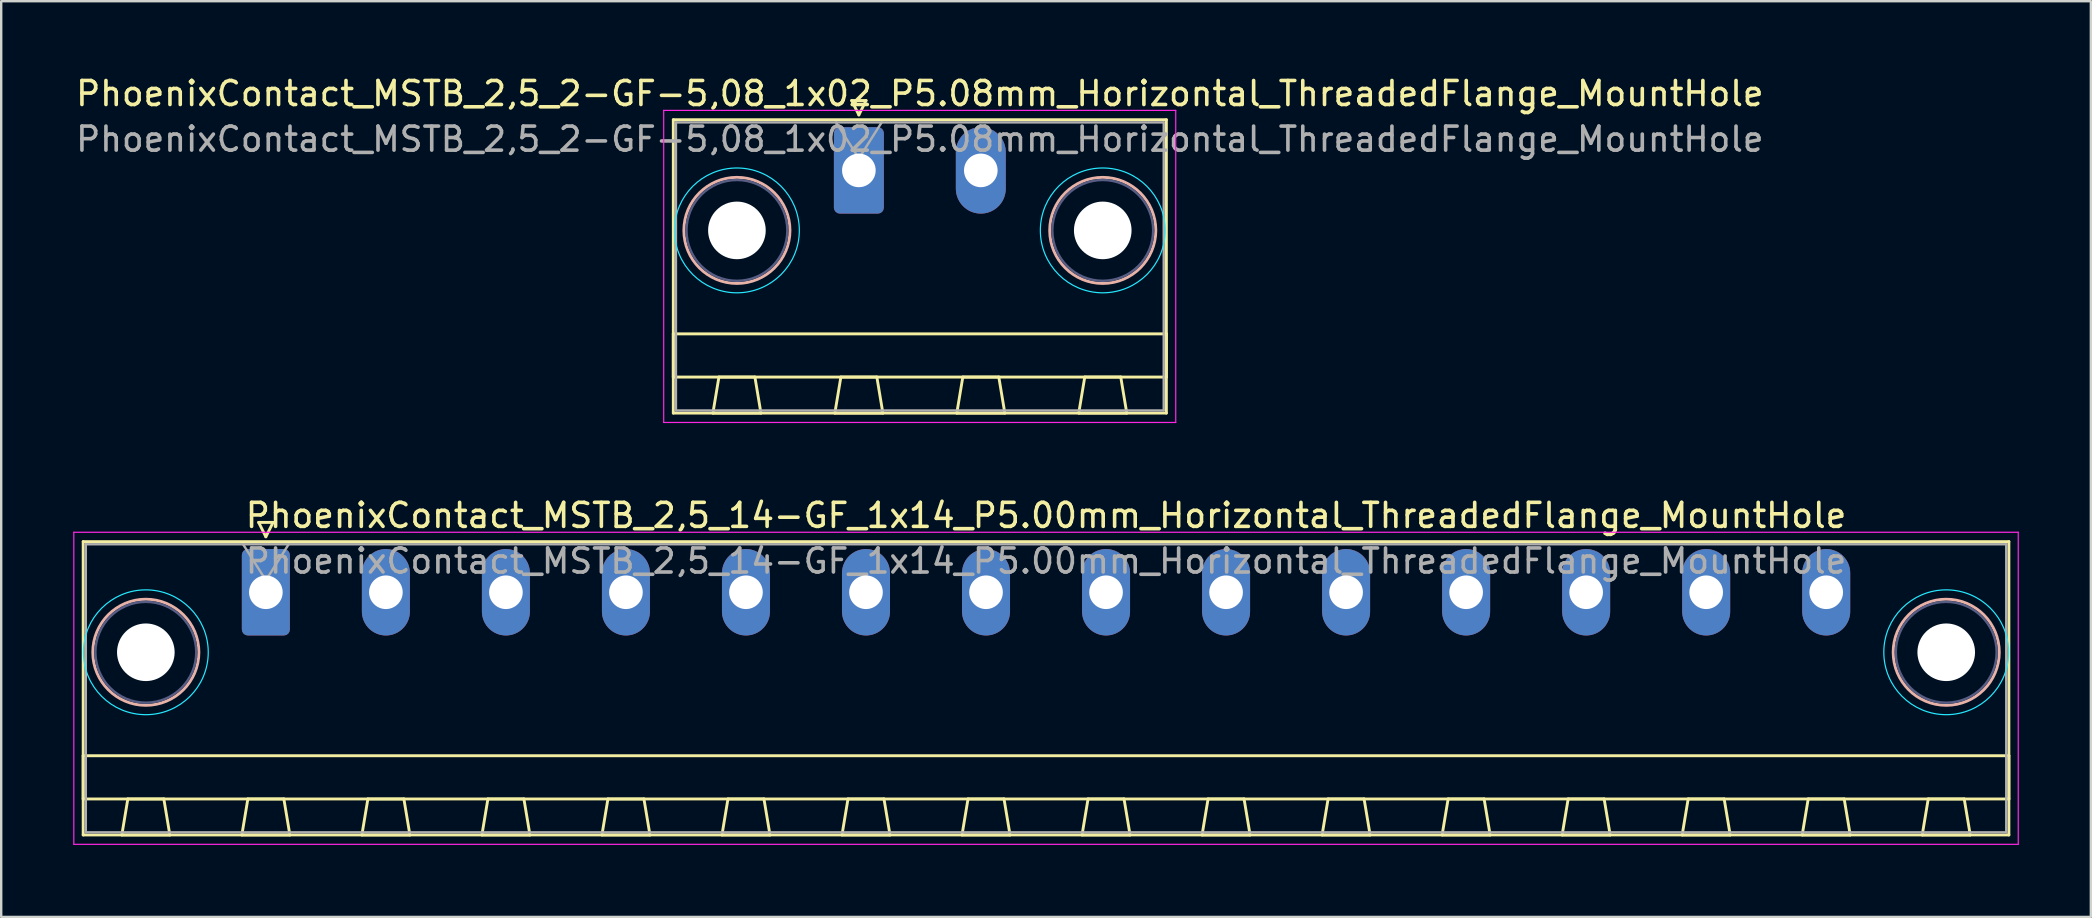
<source format=kicad_pcb>
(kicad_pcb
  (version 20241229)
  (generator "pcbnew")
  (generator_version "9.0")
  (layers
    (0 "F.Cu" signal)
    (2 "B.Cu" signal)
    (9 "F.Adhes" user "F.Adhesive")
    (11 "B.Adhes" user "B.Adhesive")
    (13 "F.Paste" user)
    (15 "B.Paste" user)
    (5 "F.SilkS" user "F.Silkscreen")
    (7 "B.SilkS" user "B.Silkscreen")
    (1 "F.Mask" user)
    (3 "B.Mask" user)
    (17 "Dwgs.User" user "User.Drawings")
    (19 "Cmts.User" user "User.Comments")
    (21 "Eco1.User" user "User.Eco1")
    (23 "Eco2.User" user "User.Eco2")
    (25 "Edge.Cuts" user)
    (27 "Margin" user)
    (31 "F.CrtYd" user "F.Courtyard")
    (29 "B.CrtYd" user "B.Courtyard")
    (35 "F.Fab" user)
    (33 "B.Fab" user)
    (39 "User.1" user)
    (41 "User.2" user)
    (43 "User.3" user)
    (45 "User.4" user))
  (footprint "PhoenixContact_MSTB_2,5_2-GF-5,08_1x02_P5.08mm_Horizontal_ThreadedFlange_MountHole"
    (layer "F.Cu")
    (at 32.728 4.048)
    (property "Reference" "PhoenixContact_MSTB_2,5_2-GF-5,08_1x02_P5.08mm_Horizontal_ThreadedFlange_MountHole" (at 2.54 -3.2 0) (layer "F.SilkS") (effects (font (size 1 1) (thickness 0.15))))
    (attr through_hole)
    (fp_line (start -7.73 -2.11) (end -7.73 10.11) (stroke (width 0.12) (type solid)) (layer "F.SilkS"))
    (fp_line (start -7.73 6.81) (end 12.81 6.81) (stroke (width 0.12) (type solid)) (layer "F.SilkS"))
    (fp_line (start -7.73 8.61) (end -7.73 6.81) (stroke (width 0.12) (type solid)) (layer "F.SilkS"))
    (fp_line (start -7.73 10.11) (end 12.81 10.11) (stroke (width 0.12) (type solid)) (layer "F.SilkS"))
    (fp_line (start -6.08 10.11) (end -4.08 10.11) (stroke (width 0.12) (type solid)) (layer "F.SilkS"))
    (fp_line (start -5.83 8.61) (end -6.08 10.11) (stroke (width 0.12) (type solid)) (layer "F.SilkS"))
    (fp_line (start -4.33 8.61) (end -5.83 8.61) (stroke (width 0.12) (type solid)) (layer "F.SilkS"))
    (fp_line (start -4.08 10.11) (end -4.33 8.61) (stroke (width 0.12) (type solid)) (layer "F.SilkS"))
    (fp_line (start -1 10.11) (end 1 10.11) (stroke (width 0.12) (type solid)) (layer "F.SilkS"))
    (fp_line (start -0.75 8.61) (end -1 10.11) (stroke (width 0.12) (type solid)) (layer "F.SilkS"))
    (fp_line (start -0.3 -2.91) (end 0.3 -2.91) (stroke (width 0.12) (type solid)) (layer "F.SilkS"))
    (fp_line (start 0 -2.31) (end -0.3 -2.91) (stroke (width 0.12) (type solid)) (layer "F.SilkS"))
    (fp_line (start 0.3 -2.91) (end 0 -2.31) (stroke (width 0.12) (type solid)) (layer "F.SilkS"))
    (fp_line (start 0.75 8.61) (end -0.75 8.61) (stroke (width 0.12) (type solid)) (layer "F.SilkS"))
    (fp_line (start 1 10.11) (end 0.75 8.61) (stroke (width 0.12) (type solid)) (layer "F.SilkS"))
    (fp_line (start 4.08 10.11) (end 6.08 10.11) (stroke (width 0.12) (type solid)) (layer "F.SilkS"))
    (fp_line (start 4.33 8.61) (end 4.08 10.11) (stroke (width 0.12) (type solid)) (layer "F.SilkS"))
    (fp_line (start 5.83 8.61) (end 4.33 8.61) (stroke (width 0.12) (type solid)) (layer "F.SilkS"))
    (fp_line (start 6.08 10.11) (end 5.83 8.61) (stroke (width 0.12) (type solid)) (layer "F.SilkS"))
    (fp_line (start 9.16 10.11) (end 11.16 10.11) (stroke (width 0.12) (type solid)) (layer "F.SilkS"))
    (fp_line (start 9.41 8.61) (end 9.16 10.11) (stroke (width 0.12) (type solid)) (layer "F.SilkS"))
    (fp_line (start 10.91 8.61) (end 9.41 8.61) (stroke (width 0.12) (type solid)) (layer "F.SilkS"))
    (fp_line (start 11.16 10.11) (end 10.91 8.61) (stroke (width 0.12) (type solid)) (layer "F.SilkS"))
    (fp_line (start 12.81 -2.11) (end -7.73 -2.11) (stroke (width 0.12) (type solid)) (layer "F.SilkS"))
    (fp_line (start 12.81 6.81) (end 12.81 8.61) (stroke (width 0.12) (type solid)) (layer "F.SilkS"))
    (fp_line (start 12.81 8.61) (end -7.73 8.61) (stroke (width 0.12) (type solid)) (layer "F.SilkS"))
    (fp_line (start 12.81 10.11) (end 12.81 -2.11) (stroke (width 0.12) (type solid)) (layer "F.SilkS"))
    (fp_circle (center -5.08 2.5) (end -2.87 2.5) (stroke (width 0.12) (type solid)) (fill no) (layer "B.SilkS"))
    (fp_circle (center 10.16 2.5) (end 12.37 2.5) (stroke (width 0.12) (type solid)) (fill no) (layer "B.SilkS"))
    (fp_circle (center -5.08 2.5) (end -2.48 2.5) (stroke (width 0.05) (type solid)) (fill no) (layer "B.CrtYd"))
    (fp_circle (center 10.16 2.5) (end 12.76 2.5) (stroke (width 0.05) (type solid)) (fill no) (layer "B.CrtYd"))
    (fp_line (start -8.13 -2.5) (end -8.13 10.5) (stroke (width 0.05) (type solid)) (layer "F.CrtYd"))
    (fp_line (start -8.13 10.5) (end 13.2 10.5) (stroke (width 0.05) (type solid)) (layer "F.CrtYd"))
    (fp_line (start 13.2 -2.5) (end -8.13 -2.5) (stroke (width 0.05) (type solid)) (layer "F.CrtYd"))
    (fp_line (start 13.2 10.5) (end 13.2 -2.5) (stroke (width 0.05) (type solid)) (layer "F.CrtYd"))
    (fp_circle (center -5.08 2.5) (end -2.98 2.5) (stroke (width 0.1) (type solid)) (fill no) (layer "B.Fab"))
    (fp_circle (center 10.16 2.5) (end 12.26 2.5) (stroke (width 0.1) (type solid)) (fill no) (layer "B.Fab"))
    (fp_line (start -7.62 -2) (end -7.62 10) (stroke (width 0.1) (type solid)) (layer "F.Fab"))
    (fp_line (start -7.62 10) (end 12.7 10) (stroke (width 0.1) (type solid)) (layer "F.Fab"))
    (fp_line (start 0 -0.5) (end -0.95 -2) (stroke (width 0.1) (type solid)) (layer "F.Fab"))
    (fp_line (start 0.95 -2) (end 0 -0.5) (stroke (width 0.1) (type solid)) (layer "F.Fab"))
    (fp_line (start 12.7 -2) (end -7.62 -2) (stroke (width 0.1) (type solid)) (layer "F.Fab"))
    (fp_line (start 12.7 10) (end 12.7 -2) (stroke (width 0.1) (type solid)) (layer "F.Fab"))
    (fp_text user "${REFERENCE}" (at 2.54 -1.3 0) (layer "F.Fab") (effects (font (size 1 1) (thickness 0.15))))
    (pad "" np_thru_hole circle (at -5.08 2.5) (size 2.4 2.4) (drill 2.4) (layers "*.Cu" "*.Mask"))
    (pad "" np_thru_hole circle (at 10.16 2.5) (size 2.4 2.4) (drill 2.4) (layers "*.Cu" "*.Mask"))
    (pad "1" thru_hole roundrect (at 0 0) (size 2.08 3.6) (drill 1.4) (layers "*.Cu" "*.Mask") (roundrect_rratio 0.12))
    (pad "2" thru_hole oval (at 5.08 0) (size 2.08 3.6) (drill 1.4) (layers "*.Cu" "*.Mask")))
  (footprint "PhoenixContact_MSTB_2,5_14-GF_1x14_P5.00mm_Horizontal_ThreadedFlange_MountHole"
    (layer "F.Cu")
    (at 8.025 21.622)
    (property "Reference" "PhoenixContact_MSTB_2,5_14-GF_1x14_P5.00mm_Horizontal_ThreadedFlange_MountHole" (at 32.5 -3.2 0) (layer "F.SilkS") (effects (font (size 1 1) (thickness 0.15))))
    (attr through_hole)
    (fp_line (start -7.61 -2.11) (end -7.61 10.11) (stroke (width 0.12) (type solid)) (layer "F.SilkS"))
    (fp_line (start -7.61 6.81) (end 72.61 6.81) (stroke (width 0.12) (type solid)) (layer "F.SilkS"))
    (fp_line (start -7.61 8.61) (end -7.61 6.81) (stroke (width 0.12) (type solid)) (layer "F.SilkS"))
    (fp_line (start -7.61 10.11) (end 72.61 10.11) (stroke (width 0.12) (type solid)) (layer "F.SilkS"))
    (fp_line (start -6 10.11) (end -4 10.11) (stroke (width 0.12) (type solid)) (layer "F.SilkS"))
    (fp_line (start -5.75 8.61) (end -6 10.11) (stroke (width 0.12) (type solid)) (layer "F.SilkS"))
    (fp_line (start -4.25 8.61) (end -5.75 8.61) (stroke (width 0.12) (type solid)) (layer "F.SilkS"))
    (fp_line (start -4 10.11) (end -4.25 8.61) (stroke (width 0.12) (type solid)) (layer "F.SilkS"))
    (fp_line (start -1 10.11) (end 1 10.11) (stroke (width 0.12) (type solid)) (layer "F.SilkS"))
    (fp_line (start -0.75 8.61) (end -1 10.11) (stroke (width 0.12) (type solid)) (layer "F.SilkS"))
    (fp_line (start -0.3 -2.91) (end 0.3 -2.91) (stroke (width 0.12) (type solid)) (layer "F.SilkS"))
    (fp_line (start 0 -2.31) (end -0.3 -2.91) (stroke (width 0.12) (type solid)) (layer "F.SilkS"))
    (fp_line (start 0.3 -2.91) (end 0 -2.31) (stroke (width 0.12) (type solid)) (layer "F.SilkS"))
    (fp_line (start 0.75 8.61) (end -0.75 8.61) (stroke (width 0.12) (type solid)) (layer "F.SilkS"))
    (fp_line (start 1 10.11) (end 0.75 8.61) (stroke (width 0.12) (type solid)) (layer "F.SilkS"))
    (fp_line (start 4 10.11) (end 6 10.11) (stroke (width 0.12) (type solid)) (layer "F.SilkS"))
    (fp_line (start 4.25 8.61) (end 4 10.11) (stroke (width 0.12) (type solid)) (layer "F.SilkS"))
    (fp_line (start 5.75 8.61) (end 4.25 8.61) (stroke (width 0.12) (type solid)) (layer "F.SilkS"))
    (fp_line (start 6 10.11) (end 5.75 8.61) (stroke (width 0.12) (type solid)) (layer "F.SilkS"))
    (fp_line (start 9 10.11) (end 11 10.11) (stroke (width 0.12) (type solid)) (layer "F.SilkS"))
    (fp_line (start 9.25 8.61) (end 9 10.11) (stroke (width 0.12) (type solid)) (layer "F.SilkS"))
    (fp_line (start 10.75 8.61) (end 9.25 8.61) (stroke (width 0.12) (type solid)) (layer "F.SilkS"))
    (fp_line (start 11 10.11) (end 10.75 8.61) (stroke (width 0.12) (type solid)) (layer "F.SilkS"))
    (fp_line (start 14 10.11) (end 16 10.11) (stroke (width 0.12) (type solid)) (layer "F.SilkS"))
    (fp_line (start 14.25 8.61) (end 14 10.11) (stroke (width 0.12) (type solid)) (layer "F.SilkS"))
    (fp_line (start 15.75 8.61) (end 14.25 8.61) (stroke (width 0.12) (type solid)) (layer "F.SilkS"))
    (fp_line (start 16 10.11) (end 15.75 8.61) (stroke (width 0.12) (type solid)) (layer "F.SilkS"))
    (fp_line (start 19 10.11) (end 21 10.11) (stroke (width 0.12) (type solid)) (layer "F.SilkS"))
    (fp_line (start 19.25 8.61) (end 19 10.11) (stroke (width 0.12) (type solid)) (layer "F.SilkS"))
    (fp_line (start 20.75 8.61) (end 19.25 8.61) (stroke (width 0.12) (type solid)) (layer "F.SilkS"))
    (fp_line (start 21 10.11) (end 20.75 8.61) (stroke (width 0.12) (type solid)) (layer "F.SilkS"))
    (fp_line (start 24 10.11) (end 26 10.11) (stroke (width 0.12) (type solid)) (layer "F.SilkS"))
    (fp_line (start 24.25 8.61) (end 24 10.11) (stroke (width 0.12) (type solid)) (layer "F.SilkS"))
    (fp_line (start 25.75 8.61) (end 24.25 8.61) (stroke (width 0.12) (type solid)) (layer "F.SilkS"))
    (fp_line (start 26 10.11) (end 25.75 8.61) (stroke (width 0.12) (type solid)) (layer "F.SilkS"))
    (fp_line (start 29 10.11) (end 31 10.11) (stroke (width 0.12) (type solid)) (layer "F.SilkS"))
    (fp_line (start 29.25 8.61) (end 29 10.11) (stroke (width 0.12) (type solid)) (layer "F.SilkS"))
    (fp_line (start 30.75 8.61) (end 29.25 8.61) (stroke (width 0.12) (type solid)) (layer "F.SilkS"))
    (fp_line (start 31 10.11) (end 30.75 8.61) (stroke (width 0.12) (type solid)) (layer "F.SilkS"))
    (fp_line (start 34 10.11) (end 36 10.11) (stroke (width 0.12) (type solid)) (layer "F.SilkS"))
    (fp_line (start 34.25 8.61) (end 34 10.11) (stroke (width 0.12) (type solid)) (layer "F.SilkS"))
    (fp_line (start 35.75 8.61) (end 34.25 8.61) (stroke (width 0.12) (type solid)) (layer "F.SilkS"))
    (fp_line (start 36 10.11) (end 35.75 8.61) (stroke (width 0.12) (type solid)) (layer "F.SilkS"))
    (fp_line (start 39 10.11) (end 41 10.11) (stroke (width 0.12) (type solid)) (layer "F.SilkS"))
    (fp_line (start 39.25 8.61) (end 39 10.11) (stroke (width 0.12) (type solid)) (layer "F.SilkS"))
    (fp_line (start 40.75 8.61) (end 39.25 8.61) (stroke (width 0.12) (type solid)) (layer "F.SilkS"))
    (fp_line (start 41 10.11) (end 40.75 8.61) (stroke (width 0.12) (type solid)) (layer "F.SilkS"))
    (fp_line (start 44 10.11) (end 46 10.11) (stroke (width 0.12) (type solid)) (layer "F.SilkS"))
    (fp_line (start 44.25 8.61) (end 44 10.11) (stroke (width 0.12) (type solid)) (layer "F.SilkS"))
    (fp_line (start 45.75 8.61) (end 44.25 8.61) (stroke (width 0.12) (type solid)) (layer "F.SilkS"))
    (fp_line (start 46 10.11) (end 45.75 8.61) (stroke (width 0.12) (type solid)) (layer "F.SilkS"))
    (fp_line (start 49 10.11) (end 51 10.11) (stroke (width 0.12) (type solid)) (layer "F.SilkS"))
    (fp_line (start 49.25 8.61) (end 49 10.11) (stroke (width 0.12) (type solid)) (layer "F.SilkS"))
    (fp_line (start 50.75 8.61) (end 49.25 8.61) (stroke (width 0.12) (type solid)) (layer "F.SilkS"))
    (fp_line (start 51 10.11) (end 50.75 8.61) (stroke (width 0.12) (type solid)) (layer "F.SilkS"))
    (fp_line (start 54 10.11) (end 56 10.11) (stroke (width 0.12) (type solid)) (layer "F.SilkS"))
    (fp_line (start 54.25 8.61) (end 54 10.11) (stroke (width 0.12) (type solid)) (layer "F.SilkS"))
    (fp_line (start 55.75 8.61) (end 54.25 8.61) (stroke (width 0.12) (type solid)) (layer "F.SilkS"))
    (fp_line (start 56 10.11) (end 55.75 8.61) (stroke (width 0.12) (type solid)) (layer "F.SilkS"))
    (fp_line (start 59 10.11) (end 61 10.11) (stroke (width 0.12) (type solid)) (layer "F.SilkS"))
    (fp_line (start 59.25 8.61) (end 59 10.11) (stroke (width 0.12) (type solid)) (layer "F.SilkS"))
    (fp_line (start 60.75 8.61) (end 59.25 8.61) (stroke (width 0.12) (type solid)) (layer "F.SilkS"))
    (fp_line (start 61 10.11) (end 60.75 8.61) (stroke (width 0.12) (type solid)) (layer "F.SilkS"))
    (fp_line (start 64 10.11) (end 66 10.11) (stroke (width 0.12) (type solid)) (layer "F.SilkS"))
    (fp_line (start 64.25 8.61) (end 64 10.11) (stroke (width 0.12) (type solid)) (layer "F.SilkS"))
    (fp_line (start 65.75 8.61) (end 64.25 8.61) (stroke (width 0.12) (type solid)) (layer "F.SilkS"))
    (fp_line (start 66 10.11) (end 65.75 8.61) (stroke (width 0.12) (type solid)) (layer "F.SilkS"))
    (fp_line (start 69 10.11) (end 71 10.11) (stroke (width 0.12) (type solid)) (layer "F.SilkS"))
    (fp_line (start 69.25 8.61) (end 69 10.11) (stroke (width 0.12) (type solid)) (layer "F.SilkS"))
    (fp_line (start 70.75 8.61) (end 69.25 8.61) (stroke (width 0.12) (type solid)) (layer "F.SilkS"))
    (fp_line (start 71 10.11) (end 70.75 8.61) (stroke (width 0.12) (type solid)) (layer "F.SilkS"))
    (fp_line (start 72.61 -2.11) (end -7.61 -2.11) (stroke (width 0.12) (type solid)) (layer "F.SilkS"))
    (fp_line (start 72.61 6.81) (end 72.61 8.61) (stroke (width 0.12) (type solid)) (layer "F.SilkS"))
    (fp_line (start 72.61 8.61) (end -7.61 8.61) (stroke (width 0.12) (type solid)) (layer "F.SilkS"))
    (fp_line (start 72.61 10.11) (end 72.61 -2.11) (stroke (width 0.12) (type solid)) (layer "F.SilkS"))
    (fp_circle (center -5 2.5) (end -2.79 2.5) (stroke (width 0.12) (type solid)) (fill no) (layer "B.SilkS"))
    (fp_circle (center 70 2.5) (end 72.21 2.5) (stroke (width 0.12) (type solid)) (fill no) (layer "B.SilkS"))
    (fp_circle (center -5 2.5) (end -2.4 2.5) (stroke (width 0.05) (type solid)) (fill no) (layer "B.CrtYd"))
    (fp_circle (center 70 2.5) (end 72.6 2.5) (stroke (width 0.05) (type solid)) (fill no) (layer "B.CrtYd"))
    (fp_line (start -8 -2.5) (end -8 10.5) (stroke (width 0.05) (type solid)) (layer "F.CrtYd"))
    (fp_line (start -8 10.5) (end 73 10.5) (stroke (width 0.05) (type solid)) (layer "F.CrtYd"))
    (fp_line (start 73 -2.5) (end -8 -2.5) (stroke (width 0.05) (type solid)) (layer "F.CrtYd"))
    (fp_line (start 73 10.5) (end 73 -2.5) (stroke (width 0.05) (type solid)) (layer "F.CrtYd"))
    (fp_circle (center -5 2.5) (end -2.9 2.5) (stroke (width 0.1) (type solid)) (fill no) (layer "B.Fab"))
    (fp_circle (center 70 2.5) (end 72.1 2.5) (stroke (width 0.1) (type solid)) (fill no) (layer "B.Fab"))
    (fp_line (start -7.5 -2) (end -7.5 10) (stroke (width 0.1) (type solid)) (layer "F.Fab"))
    (fp_line (start -7.5 10) (end 72.5 10) (stroke (width 0.1) (type solid)) (layer "F.Fab"))
    (fp_line (start 0 -0.5) (end -0.95 -2) (stroke (width 0.1) (type solid)) (layer "F.Fab"))
    (fp_line (start 0.95 -2) (end 0 -0.5) (stroke (width 0.1) (type solid)) (layer "F.Fab"))
    (fp_line (start 72.5 -2) (end -7.5 -2) (stroke (width 0.1) (type solid)) (layer "F.Fab"))
    (fp_line (start 72.5 10) (end 72.5 -2) (stroke (width 0.1) (type solid)) (layer "F.Fab"))
    (fp_text user "${REFERENCE}" (at 32.5 -1.3 0) (layer "F.Fab") (effects (font (size 1 1) (thickness 0.15))))
    (pad "" np_thru_hole circle (at -5 2.5) (size 2.4 2.4) (drill 2.4) (layers "*.Cu" "*.Mask"))
    (pad "" np_thru_hole circle (at 70 2.5) (size 2.4 2.4) (drill 2.4) (layers "*.Cu" "*.Mask"))
    (pad "1" thru_hole roundrect (at 0 0) (size 2 3.6) (drill 1.4) (layers "*.Cu" "*.Mask") (roundrect_rratio 0.125))
    (pad "2" thru_hole oval (at 5 0) (size 2 3.6) (drill 1.4) (layers "*.Cu" "*.Mask"))
    (pad "3" thru_hole oval (at 10 0) (size 2 3.6) (drill 1.4) (layers "*.Cu" "*.Mask"))
    (pad "4" thru_hole oval (at 15 0) (size 2 3.6) (drill 1.4) (layers "*.Cu" "*.Mask"))
    (pad "5" thru_hole oval (at 20 0) (size 2 3.6) (drill 1.4) (layers "*.Cu" "*.Mask"))
    (pad "6" thru_hole oval (at 25 0) (size 2 3.6) (drill 1.4) (layers "*.Cu" "*.Mask"))
    (pad "7" thru_hole oval (at 30 0) (size 2 3.6) (drill 1.4) (layers "*.Cu" "*.Mask"))
    (pad "8" thru_hole oval (at 35 0) (size 2 3.6) (drill 1.4) (layers "*.Cu" "*.Mask"))
    (pad "9" thru_hole oval (at 40 0) (size 2 3.6) (drill 1.4) (layers "*.Cu" "*.Mask"))
    (pad "10" thru_hole oval (at 45 0) (size 2 3.6) (drill 1.4) (layers "*.Cu" "*.Mask"))
    (pad "11" thru_hole oval (at 50 0) (size 2 3.6) (drill 1.4) (layers "*.Cu" "*.Mask"))
    (pad "12" thru_hole oval (at 55 0) (size 2 3.6) (drill 1.4) (layers "*.Cu" "*.Mask"))
    (pad "13" thru_hole oval (at 60 0) (size 2 3.6) (drill 1.4) (layers "*.Cu" "*.Mask"))
    (pad "14" thru_hole oval (at 65 0) (size 2 3.6) (drill 1.4) (layers "*.Cu" "*.Mask")))
  (gr_rect
    (start -3 -3)
    (end 84.05 35.147)
    (stroke (width 0.1) (type default))
    (fill no)
    (layer "Edge.Cuts")))
</source>
